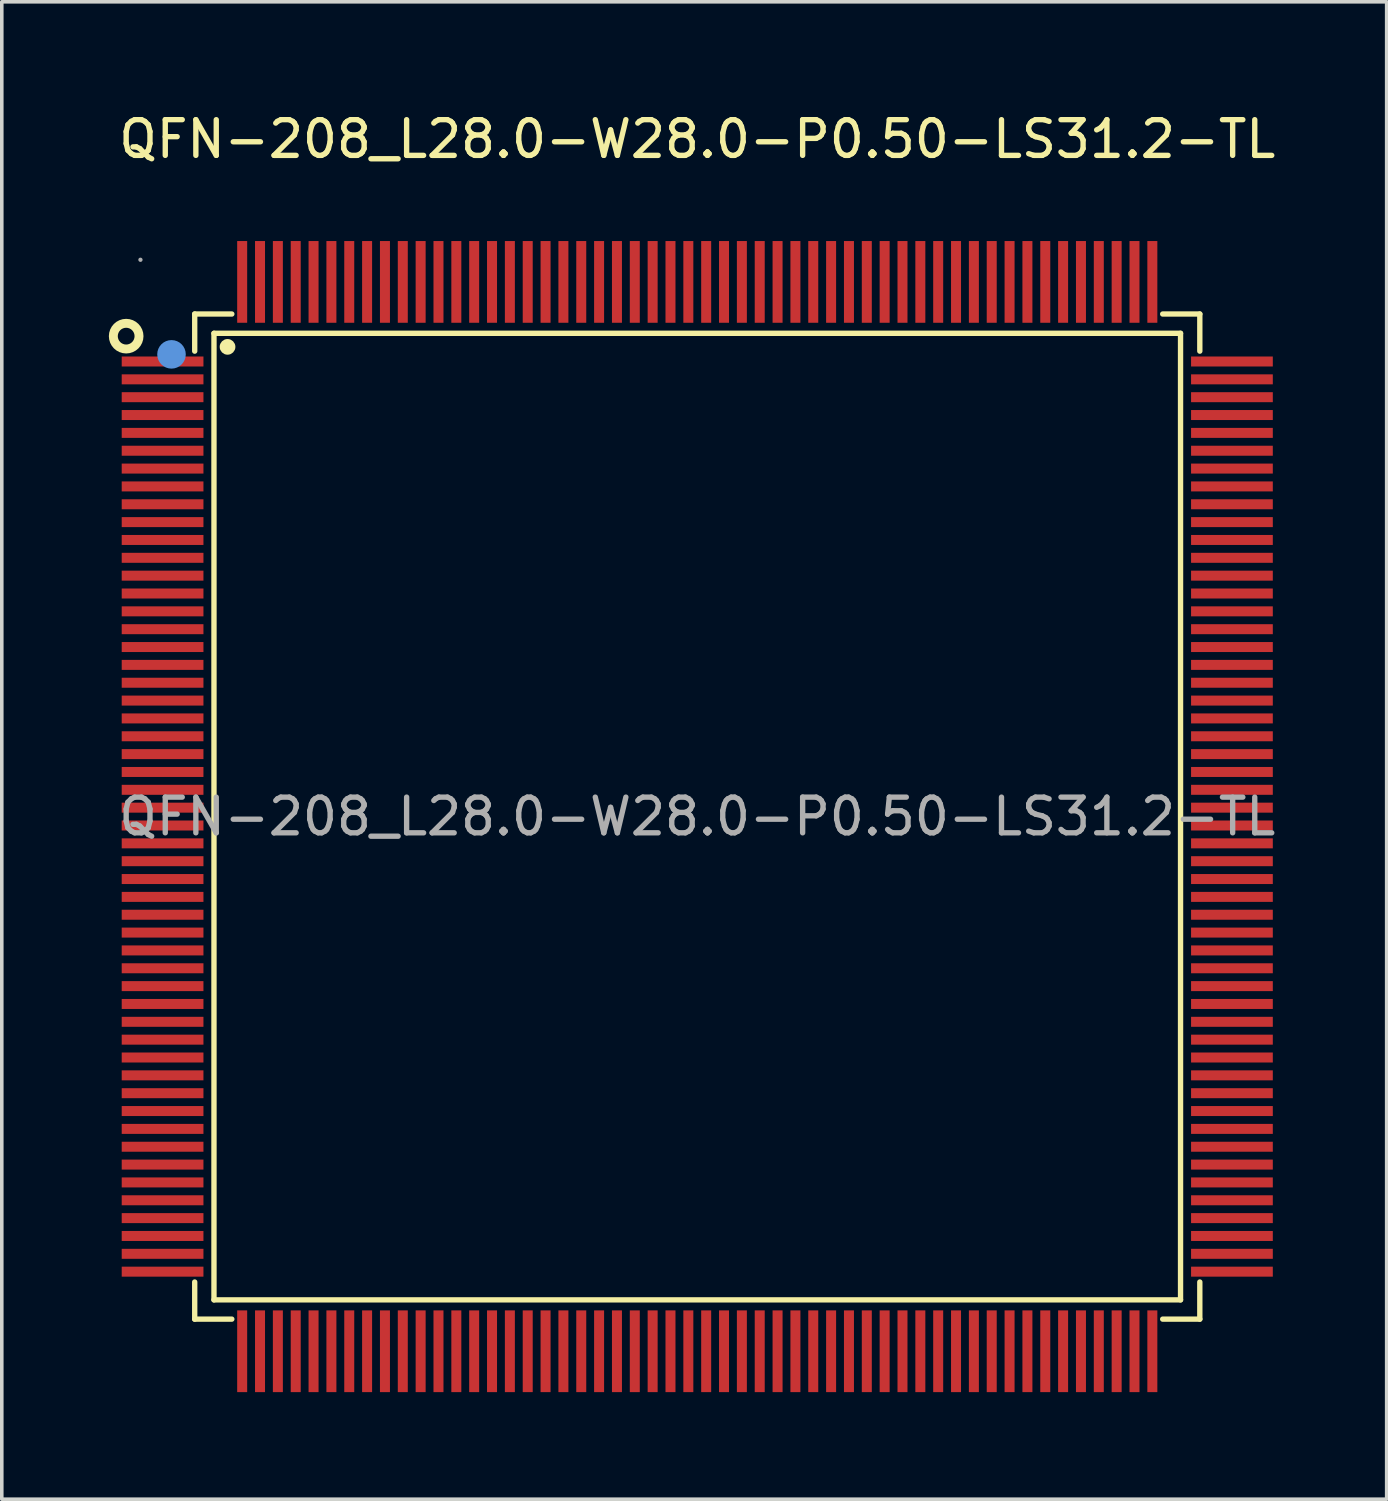
<source format=kicad_pcb>
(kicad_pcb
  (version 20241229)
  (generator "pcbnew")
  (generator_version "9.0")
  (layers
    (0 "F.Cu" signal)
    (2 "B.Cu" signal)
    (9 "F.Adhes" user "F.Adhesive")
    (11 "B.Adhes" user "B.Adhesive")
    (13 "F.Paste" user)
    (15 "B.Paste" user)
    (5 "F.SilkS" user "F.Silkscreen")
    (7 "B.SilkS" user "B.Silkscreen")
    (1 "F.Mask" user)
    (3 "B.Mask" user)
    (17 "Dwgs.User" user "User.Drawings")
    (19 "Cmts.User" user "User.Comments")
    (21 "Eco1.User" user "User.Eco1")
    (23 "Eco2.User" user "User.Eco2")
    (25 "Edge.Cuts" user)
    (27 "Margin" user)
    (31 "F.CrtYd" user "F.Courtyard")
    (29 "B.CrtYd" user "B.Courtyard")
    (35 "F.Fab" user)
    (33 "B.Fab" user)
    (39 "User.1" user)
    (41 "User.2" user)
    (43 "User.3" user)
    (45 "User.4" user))
  (footprint "QFN-208_L28.0-W28.0-P0.50-LS31.2-TL"
    (layer "F.Cu")
    (at 16.485 19.828)
    (property "Reference" "QFN-208_L28.0-W28.0-P0.50-LS31.2-TL" (at 0 -18.98 0) (layer "F.SilkS") (effects (font (size 1 1) (thickness 0.15))))
    (attr through_hole)
    (fp_line (start -14.08 -14.08) (end -13.04 -14.08) (stroke (width 0.15) (type solid)) (layer "F.SilkS"))
    (fp_line (start -14.08 -13.04) (end -14.08 -14.08) (stroke (width 0.15) (type solid)) (layer "F.SilkS"))
    (fp_line (start -14.08 13.04) (end -14.08 14.08) (stroke (width 0.15) (type solid)) (layer "F.SilkS"))
    (fp_line (start -14.08 14.08) (end -13.04 14.08) (stroke (width 0.15) (type solid)) (layer "F.SilkS"))
    (fp_line (start -13.54 -13.54) (end 13.54 -13.54) (stroke (width 0.15) (type solid)) (layer "F.SilkS"))
    (fp_line (start -13.54 13.54) (end -13.54 -13.54) (stroke (width 0.15) (type solid)) (layer "F.SilkS"))
    (fp_line (start 13.54 -13.54) (end 13.54 13.54) (stroke (width 0.15) (type solid)) (layer "F.SilkS"))
    (fp_line (start 13.54 13.54) (end -13.54 13.54) (stroke (width 0.15) (type solid)) (layer "F.SilkS"))
    (fp_line (start 14.08 -14.08) (end 13.04 -14.08) (stroke (width 0.15) (type solid)) (layer "F.SilkS"))
    (fp_line (start 14.08 -13.04) (end 14.08 -14.08) (stroke (width 0.15) (type solid)) (layer "F.SilkS"))
    (fp_line (start 14.08 13.04) (end 14.08 14.08) (stroke (width 0.15) (type solid)) (layer "F.SilkS"))
    (fp_line (start 14.08 14.08) (end 13.04 14.08) (stroke (width 0.15) (type solid)) (layer "F.SilkS"))
    (fp_circle (center -16 -13.46) (end -15.64 -13.46) (stroke (width 0.25) (type solid)) (fill no) (layer "F.SilkS"))
    (fp_circle (center -13.16 -13.16) (end -13.05 -13.16) (stroke (width 0.22) (type solid)) (fill no) (layer "F.SilkS"))
    (fp_circle (center -14.73 -12.95) (end -14.53 -12.95) (stroke (width 0.4) (type solid)) (fill no) (layer "Cmts.User"))
    (fp_circle (center -15.6 -15.6) (end -15.57 -15.6) (stroke (width 0.06) (type solid)) (fill no) (layer "F.Fab"))
    (fp_text user "${REFERENCE}" (at 0 0 0) (layer "F.Fab") (effects (font (size 1 1) (thickness 0.15))))
    (pad "1" smd rect (at -14.98 -12.75) (size 2.29 0.28) (layers "F.Cu" "F.Mask" "F.Paste"))
    (pad "2" smd rect (at -14.98 -12.25) (size 2.29 0.28) (layers "F.Cu" "F.Mask" "F.Paste"))
    (pad "3" smd rect (at -14.98 -11.75) (size 2.29 0.28) (layers "F.Cu" "F.Mask" "F.Paste"))
    (pad "4" smd rect (at -14.98 -11.25) (size 2.29 0.28) (layers "F.Cu" "F.Mask" "F.Paste"))
    (pad "5" smd rect (at -14.98 -10.75) (size 2.29 0.28) (layers "F.Cu" "F.Mask" "F.Paste"))
    (pad "6" smd rect (at -14.98 -10.25) (size 2.29 0.28) (layers "F.Cu" "F.Mask" "F.Paste"))
    (pad "7" smd rect (at -14.98 -9.75) (size 2.29 0.28) (layers "F.Cu" "F.Mask" "F.Paste"))
    (pad "8" smd rect (at -14.98 -9.25) (size 2.29 0.28) (layers "F.Cu" "F.Mask" "F.Paste"))
    (pad "9" smd rect (at -14.98 -8.75) (size 2.29 0.28) (layers "F.Cu" "F.Mask" "F.Paste"))
    (pad "10" smd rect (at -14.98 -8.25) (size 2.29 0.28) (layers "F.Cu" "F.Mask" "F.Paste"))
    (pad "11" smd rect (at -14.98 -7.75) (size 2.29 0.28) (layers "F.Cu" "F.Mask" "F.Paste"))
    (pad "12" smd rect (at -14.98 -7.25) (size 2.29 0.28) (layers "F.Cu" "F.Mask" "F.Paste"))
    (pad "13" smd rect (at -14.98 -6.75) (size 2.29 0.28) (layers "F.Cu" "F.Mask" "F.Paste"))
    (pad "14" smd rect (at -14.98 -6.25) (size 2.29 0.28) (layers "F.Cu" "F.Mask" "F.Paste"))
    (pad "15" smd rect (at -14.98 -5.75) (size 2.29 0.28) (layers "F.Cu" "F.Mask" "F.Paste"))
    (pad "16" smd rect (at -14.98 -5.25) (size 2.29 0.28) (layers "F.Cu" "F.Mask" "F.Paste"))
    (pad "17" smd rect (at -14.98 -4.75) (size 2.29 0.28) (layers "F.Cu" "F.Mask" "F.Paste"))
    (pad "18" smd rect (at -14.98 -4.25) (size 2.29 0.28) (layers "F.Cu" "F.Mask" "F.Paste"))
    (pad "19" smd rect (at -14.98 -3.75) (size 2.29 0.28) (layers "F.Cu" "F.Mask" "F.Paste"))
    (pad "20" smd rect (at -14.98 -3.25) (size 2.29 0.28) (layers "F.Cu" "F.Mask" "F.Paste"))
    (pad "21" smd rect (at -14.98 -2.75) (size 2.29 0.28) (layers "F.Cu" "F.Mask" "F.Paste"))
    (pad "22" smd rect (at -14.98 -2.25) (size 2.29 0.28) (layers "F.Cu" "F.Mask" "F.Paste"))
    (pad "23" smd rect (at -14.98 -1.75) (size 2.29 0.28) (layers "F.Cu" "F.Mask" "F.Paste"))
    (pad "24" smd rect (at -14.98 -1.25) (size 2.29 0.28) (layers "F.Cu" "F.Mask" "F.Paste"))
    (pad "25" smd rect (at -14.98 -0.75) (size 2.29 0.28) (layers "F.Cu" "F.Mask" "F.Paste"))
    (pad "26" smd rect (at -14.98 -0.25) (size 2.29 0.28) (layers "F.Cu" "F.Mask" "F.Paste"))
    (pad "27" smd rect (at -14.98 0.25) (size 2.29 0.28) (layers "F.Cu" "F.Mask" "F.Paste"))
    (pad "28" smd rect (at -14.98 0.75) (size 2.29 0.28) (layers "F.Cu" "F.Mask" "F.Paste"))
    (pad "29" smd rect (at -14.98 1.25) (size 2.29 0.28) (layers "F.Cu" "F.Mask" "F.Paste"))
    (pad "30" smd rect (at -14.98 1.75) (size 2.29 0.28) (layers "F.Cu" "F.Mask" "F.Paste"))
    (pad "31" smd rect (at -14.98 2.25) (size 2.29 0.28) (layers "F.Cu" "F.Mask" "F.Paste"))
    (pad "32" smd rect (at -14.98 2.75) (size 2.29 0.28) (layers "F.Cu" "F.Mask" "F.Paste"))
    (pad "33" smd rect (at -14.98 3.25) (size 2.29 0.28) (layers "F.Cu" "F.Mask" "F.Paste"))
    (pad "34" smd rect (at -14.98 3.75) (size 2.29 0.28) (layers "F.Cu" "F.Mask" "F.Paste"))
    (pad "35" smd rect (at -14.98 4.25) (size 2.29 0.28) (layers "F.Cu" "F.Mask" "F.Paste"))
    (pad "36" smd rect (at -14.98 4.75) (size 2.29 0.28) (layers "F.Cu" "F.Mask" "F.Paste"))
    (pad "37" smd rect (at -14.98 5.25) (size 2.29 0.28) (layers "F.Cu" "F.Mask" "F.Paste"))
    (pad "38" smd rect (at -14.98 5.75) (size 2.29 0.28) (layers "F.Cu" "F.Mask" "F.Paste"))
    (pad "39" smd rect (at -14.98 6.25) (size 2.29 0.28) (layers "F.Cu" "F.Mask" "F.Paste"))
    (pad "40" smd rect (at -14.98 6.75) (size 2.29 0.28) (layers "F.Cu" "F.Mask" "F.Paste"))
    (pad "41" smd rect (at -14.98 7.25) (size 2.29 0.28) (layers "F.Cu" "F.Mask" "F.Paste"))
    (pad "42" smd rect (at -14.98 7.75) (size 2.29 0.28) (layers "F.Cu" "F.Mask" "F.Paste"))
    (pad "43" smd rect (at -14.98 8.25) (size 2.29 0.28) (layers "F.Cu" "F.Mask" "F.Paste"))
    (pad "44" smd rect (at -14.98 8.75) (size 2.29 0.28) (layers "F.Cu" "F.Mask" "F.Paste"))
    (pad "45" smd rect (at -14.98 9.25) (size 2.29 0.28) (layers "F.Cu" "F.Mask" "F.Paste"))
    (pad "46" smd rect (at -14.98 9.75) (size 2.29 0.28) (layers "F.Cu" "F.Mask" "F.Paste"))
    (pad "47" smd rect (at -14.98 10.25) (size 2.29 0.28) (layers "F.Cu" "F.Mask" "F.Paste"))
    (pad "48" smd rect (at -14.98 10.75) (size 2.29 0.28) (layers "F.Cu" "F.Mask" "F.Paste"))
    (pad "49" smd rect (at -14.98 11.25) (size 2.29 0.28) (layers "F.Cu" "F.Mask" "F.Paste"))
    (pad "50" smd rect (at -14.98 11.75) (size 2.29 0.28) (layers "F.Cu" "F.Mask" "F.Paste"))
    (pad "51" smd rect (at -14.98 12.25) (size 2.29 0.28) (layers "F.Cu" "F.Mask" "F.Paste"))
    (pad "52" smd rect (at -14.98 12.75) (size 2.29 0.28) (layers "F.Cu" "F.Mask" "F.Paste"))
    (pad "53" smd rect (at -12.75 14.98) (size 0.28 2.29) (layers "F.Cu" "F.Mask" "F.Paste"))
    (pad "54" smd rect (at -12.25 14.98) (size 0.28 2.29) (layers "F.Cu" "F.Mask" "F.Paste"))
    (pad "55" smd rect (at -11.75 14.98) (size 0.28 2.29) (layers "F.Cu" "F.Mask" "F.Paste"))
    (pad "56" smd rect (at -11.25 14.98) (size 0.28 2.29) (layers "F.Cu" "F.Mask" "F.Paste"))
    (pad "57" smd rect (at -10.75 14.98) (size 0.28 2.29) (layers "F.Cu" "F.Mask" "F.Paste"))
    (pad "58" smd rect (at -10.25 14.98) (size 0.28 2.29) (layers "F.Cu" "F.Mask" "F.Paste"))
    (pad "59" smd rect (at -9.75 14.98) (size 0.28 2.29) (layers "F.Cu" "F.Mask" "F.Paste"))
    (pad "60" smd rect (at -9.25 14.98) (size 0.28 2.29) (layers "F.Cu" "F.Mask" "F.Paste"))
    (pad "61" smd rect (at -8.75 14.98) (size 0.28 2.29) (layers "F.Cu" "F.Mask" "F.Paste"))
    (pad "62" smd rect (at -8.25 14.98) (size 0.28 2.29) (layers "F.Cu" "F.Mask" "F.Paste"))
    (pad "63" smd rect (at -7.75 14.98) (size 0.28 2.29) (layers "F.Cu" "F.Mask" "F.Paste"))
    (pad "64" smd rect (at -7.25 14.98) (size 0.28 2.29) (layers "F.Cu" "F.Mask" "F.Paste"))
    (pad "65" smd rect (at -6.75 14.98) (size 0.28 2.29) (layers "F.Cu" "F.Mask" "F.Paste"))
    (pad "66" smd rect (at -6.25 14.98) (size 0.28 2.29) (layers "F.Cu" "F.Mask" "F.Paste"))
    (pad "67" smd rect (at -5.75 14.98) (size 0.28 2.29) (layers "F.Cu" "F.Mask" "F.Paste"))
    (pad "68" smd rect (at -5.25 14.98) (size 0.28 2.29) (layers "F.Cu" "F.Mask" "F.Paste"))
    (pad "69" smd rect (at -4.75 14.98) (size 0.28 2.29) (layers "F.Cu" "F.Mask" "F.Paste"))
    (pad "70" smd rect (at -4.25 14.98) (size 0.28 2.29) (layers "F.Cu" "F.Mask" "F.Paste"))
    (pad "71" smd rect (at -3.75 14.98) (size 0.28 2.29) (layers "F.Cu" "F.Mask" "F.Paste"))
    (pad "72" smd rect (at -3.25 14.98) (size 0.28 2.29) (layers "F.Cu" "F.Mask" "F.Paste"))
    (pad "73" smd rect (at -2.75 14.98) (size 0.28 2.29) (layers "F.Cu" "F.Mask" "F.Paste"))
    (pad "74" smd rect (at -2.25 14.98) (size 0.28 2.29) (layers "F.Cu" "F.Mask" "F.Paste"))
    (pad "75" smd rect (at -1.75 14.98) (size 0.28 2.29) (layers "F.Cu" "F.Mask" "F.Paste"))
    (pad "76" smd rect (at -1.25 14.98) (size 0.28 2.29) (layers "F.Cu" "F.Mask" "F.Paste"))
    (pad "77" smd rect (at -0.75 14.98) (size 0.28 2.29) (layers "F.Cu" "F.Mask" "F.Paste"))
    (pad "78" smd rect (at -0.25 14.98) (size 0.28 2.29) (layers "F.Cu" "F.Mask" "F.Paste"))
    (pad "79" smd rect (at 0.25 14.98) (size 0.28 2.29) (layers "F.Cu" "F.Mask" "F.Paste"))
    (pad "80" smd rect (at 0.75 14.98) (size 0.28 2.29) (layers "F.Cu" "F.Mask" "F.Paste"))
    (pad "81" smd rect (at 1.25 14.98) (size 0.28 2.29) (layers "F.Cu" "F.Mask" "F.Paste"))
    (pad "82" smd rect (at 1.75 14.98) (size 0.28 2.29) (layers "F.Cu" "F.Mask" "F.Paste"))
    (pad "83" smd rect (at 2.25 14.98) (size 0.28 2.29) (layers "F.Cu" "F.Mask" "F.Paste"))
    (pad "84" smd rect (at 2.75 14.98) (size 0.28 2.29) (layers "F.Cu" "F.Mask" "F.Paste"))
    (pad "85" smd rect (at 3.25 14.98) (size 0.28 2.29) (layers "F.Cu" "F.Mask" "F.Paste"))
    (pad "86" smd rect (at 3.75 14.98) (size 0.28 2.29) (layers "F.Cu" "F.Mask" "F.Paste"))
    (pad "87" smd rect (at 4.25 14.98) (size 0.28 2.29) (layers "F.Cu" "F.Mask" "F.Paste"))
    (pad "88" smd rect (at 4.75 14.98) (size 0.28 2.29) (layers "F.Cu" "F.Mask" "F.Paste"))
    (pad "89" smd rect (at 5.25 14.98) (size 0.28 2.29) (layers "F.Cu" "F.Mask" "F.Paste"))
    (pad "90" smd rect (at 5.75 14.98) (size 0.28 2.29) (layers "F.Cu" "F.Mask" "F.Paste"))
    (pad "91" smd rect (at 6.25 14.98) (size 0.28 2.29) (layers "F.Cu" "F.Mask" "F.Paste"))
    (pad "92" smd rect (at 6.75 14.98) (size 0.28 2.29) (layers "F.Cu" "F.Mask" "F.Paste"))
    (pad "93" smd rect (at 7.25 14.98) (size 0.28 2.29) (layers "F.Cu" "F.Mask" "F.Paste"))
    (pad "94" smd rect (at 7.75 14.98) (size 0.28 2.29) (layers "F.Cu" "F.Mask" "F.Paste"))
    (pad "95" smd rect (at 8.25 14.98) (size 0.28 2.29) (layers "F.Cu" "F.Mask" "F.Paste"))
    (pad "96" smd rect (at 8.75 14.98) (size 0.28 2.29) (layers "F.Cu" "F.Mask" "F.Paste"))
    (pad "97" smd rect (at 9.25 14.98) (size 0.28 2.29) (layers "F.Cu" "F.Mask" "F.Paste"))
    (pad "98" smd rect (at 9.75 14.98) (size 0.28 2.29) (layers "F.Cu" "F.Mask" "F.Paste"))
    (pad "99" smd rect (at 10.25 14.98) (size 0.28 2.29) (layers "F.Cu" "F.Mask" "F.Paste"))
    (pad "100" smd rect (at 10.75 14.98) (size 0.28 2.29) (layers "F.Cu" "F.Mask" "F.Paste"))
    (pad "101" smd rect (at 11.25 14.98) (size 0.28 2.29) (layers "F.Cu" "F.Mask" "F.Paste"))
    (pad "102" smd rect (at 11.75 14.98) (size 0.28 2.29) (layers "F.Cu" "F.Mask" "F.Paste"))
    (pad "103" smd rect (at 12.25 14.98) (size 0.28 2.29) (layers "F.Cu" "F.Mask" "F.Paste"))
    (pad "104" smd rect (at 12.75 14.98) (size 0.28 2.29) (layers "F.Cu" "F.Mask" "F.Paste"))
    (pad "105" smd rect (at 14.98 12.75) (size 2.29 0.28) (layers "F.Cu" "F.Mask" "F.Paste"))
    (pad "106" smd rect (at 14.98 12.25) (size 2.29 0.28) (layers "F.Cu" "F.Mask" "F.Paste"))
    (pad "107" smd rect (at 14.98 11.75) (size 2.29 0.28) (layers "F.Cu" "F.Mask" "F.Paste"))
    (pad "108" smd rect (at 14.98 11.25) (size 2.29 0.28) (layers "F.Cu" "F.Mask" "F.Paste"))
    (pad "109" smd rect (at 14.98 10.75) (size 2.29 0.28) (layers "F.Cu" "F.Mask" "F.Paste"))
    (pad "110" smd rect (at 14.98 10.25) (size 2.29 0.28) (layers "F.Cu" "F.Mask" "F.Paste"))
    (pad "111" smd rect (at 14.98 9.75) (size 2.29 0.28) (layers "F.Cu" "F.Mask" "F.Paste"))
    (pad "112" smd rect (at 14.98 9.25) (size 2.29 0.28) (layers "F.Cu" "F.Mask" "F.Paste"))
    (pad "113" smd rect (at 14.98 8.75) (size 2.29 0.28) (layers "F.Cu" "F.Mask" "F.Paste"))
    (pad "114" smd rect (at 14.98 8.25) (size 2.29 0.28) (layers "F.Cu" "F.Mask" "F.Paste"))
    (pad "115" smd rect (at 14.98 7.75) (size 2.29 0.28) (layers "F.Cu" "F.Mask" "F.Paste"))
    (pad "116" smd rect (at 14.98 7.25) (size 2.29 0.28) (layers "F.Cu" "F.Mask" "F.Paste"))
    (pad "117" smd rect (at 14.98 6.75) (size 2.29 0.28) (layers "F.Cu" "F.Mask" "F.Paste"))
    (pad "118" smd rect (at 14.98 6.25) (size 2.29 0.28) (layers "F.Cu" "F.Mask" "F.Paste"))
    (pad "119" smd rect (at 14.98 5.75) (size 2.29 0.28) (layers "F.Cu" "F.Mask" "F.Paste"))
    (pad "120" smd rect (at 14.98 5.25) (size 2.29 0.28) (layers "F.Cu" "F.Mask" "F.Paste"))
    (pad "121" smd rect (at 14.98 4.75) (size 2.29 0.28) (layers "F.Cu" "F.Mask" "F.Paste"))
    (pad "122" smd rect (at 14.98 4.25) (size 2.29 0.28) (layers "F.Cu" "F.Mask" "F.Paste"))
    (pad "123" smd rect (at 14.98 3.75) (size 2.29 0.28) (layers "F.Cu" "F.Mask" "F.Paste"))
    (pad "124" smd rect (at 14.98 3.25) (size 2.29 0.28) (layers "F.Cu" "F.Mask" "F.Paste"))
    (pad "125" smd rect (at 14.98 2.75) (size 2.29 0.28) (layers "F.Cu" "F.Mask" "F.Paste"))
    (pad "126" smd rect (at 14.98 2.25) (size 2.29 0.28) (layers "F.Cu" "F.Mask" "F.Paste"))
    (pad "127" smd rect (at 14.98 1.75) (size 2.29 0.28) (layers "F.Cu" "F.Mask" "F.Paste"))
    (pad "128" smd rect (at 14.98 1.25) (size 2.29 0.28) (layers "F.Cu" "F.Mask" "F.Paste"))
    (pad "129" smd rect (at 14.98 0.75) (size 2.29 0.28) (layers "F.Cu" "F.Mask" "F.Paste"))
    (pad "130" smd rect (at 14.98 0.25) (size 2.29 0.28) (layers "F.Cu" "F.Mask" "F.Paste"))
    (pad "131" smd rect (at 14.98 -0.25) (size 2.29 0.28) (layers "F.Cu" "F.Mask" "F.Paste"))
    (pad "132" smd rect (at 14.98 -0.75) (size 2.29 0.28) (layers "F.Cu" "F.Mask" "F.Paste"))
    (pad "133" smd rect (at 14.98 -1.25) (size 2.29 0.28) (layers "F.Cu" "F.Mask" "F.Paste"))
    (pad "134" smd rect (at 14.98 -1.75) (size 2.29 0.28) (layers "F.Cu" "F.Mask" "F.Paste"))
    (pad "135" smd rect (at 14.98 -2.25) (size 2.29 0.28) (layers "F.Cu" "F.Mask" "F.Paste"))
    (pad "136" smd rect (at 14.98 -2.75) (size 2.29 0.28) (layers "F.Cu" "F.Mask" "F.Paste"))
    (pad "137" smd rect (at 14.98 -3.25) (size 2.29 0.28) (layers "F.Cu" "F.Mask" "F.Paste"))
    (pad "138" smd rect (at 14.98 -3.75) (size 2.29 0.28) (layers "F.Cu" "F.Mask" "F.Paste"))
    (pad "139" smd rect (at 14.98 -4.25) (size 2.29 0.28) (layers "F.Cu" "F.Mask" "F.Paste"))
    (pad "140" smd rect (at 14.98 -4.75) (size 2.29 0.28) (layers "F.Cu" "F.Mask" "F.Paste"))
    (pad "141" smd rect (at 14.98 -5.25) (size 2.29 0.28) (layers "F.Cu" "F.Mask" "F.Paste"))
    (pad "142" smd rect (at 14.98 -5.75) (size 2.29 0.28) (layers "F.Cu" "F.Mask" "F.Paste"))
    (pad "143" smd rect (at 14.98 -6.25) (size 2.29 0.28) (layers "F.Cu" "F.Mask" "F.Paste"))
    (pad "144" smd rect (at 14.98 -6.75) (size 2.29 0.28) (layers "F.Cu" "F.Mask" "F.Paste"))
    (pad "145" smd rect (at 14.98 -7.25) (size 2.29 0.28) (layers "F.Cu" "F.Mask" "F.Paste"))
    (pad "146" smd rect (at 14.98 -7.75) (size 2.29 0.28) (layers "F.Cu" "F.Mask" "F.Paste"))
    (pad "147" smd rect (at 14.98 -8.25) (size 2.29 0.28) (layers "F.Cu" "F.Mask" "F.Paste"))
    (pad "148" smd rect (at 14.98 -8.75) (size 2.29 0.28) (layers "F.Cu" "F.Mask" "F.Paste"))
    (pad "149" smd rect (at 14.98 -9.25) (size 2.29 0.28) (layers "F.Cu" "F.Mask" "F.Paste"))
    (pad "150" smd rect (at 14.98 -9.75) (size 2.29 0.28) (layers "F.Cu" "F.Mask" "F.Paste"))
    (pad "151" smd rect (at 14.98 -10.25) (size 2.29 0.28) (layers "F.Cu" "F.Mask" "F.Paste"))
    (pad "152" smd rect (at 14.98 -10.75) (size 2.29 0.28) (layers "F.Cu" "F.Mask" "F.Paste"))
    (pad "153" smd rect (at 14.98 -11.25) (size 2.29 0.28) (layers "F.Cu" "F.Mask" "F.Paste"))
    (pad "154" smd rect (at 14.98 -11.75) (size 2.29 0.28) (layers "F.Cu" "F.Mask" "F.Paste"))
    (pad "155" smd rect (at 14.98 -12.25) (size 2.29 0.28) (layers "F.Cu" "F.Mask" "F.Paste"))
    (pad "156" smd rect (at 14.98 -12.75) (size 2.29 0.28) (layers "F.Cu" "F.Mask" "F.Paste"))
    (pad "157" smd rect (at 12.75 -14.98) (size 0.28 2.29) (layers "F.Cu" "F.Mask" "F.Paste"))
    (pad "158" smd rect (at 12.25 -14.98) (size 0.28 2.29) (layers "F.Cu" "F.Mask" "F.Paste"))
    (pad "159" smd rect (at 11.75 -14.98) (size 0.28 2.29) (layers "F.Cu" "F.Mask" "F.Paste"))
    (pad "160" smd rect (at 11.25 -14.98) (size 0.28 2.29) (layers "F.Cu" "F.Mask" "F.Paste"))
    (pad "161" smd rect (at 10.75 -14.98) (size 0.28 2.29) (layers "F.Cu" "F.Mask" "F.Paste"))
    (pad "162" smd rect (at 10.25 -14.98) (size 0.28 2.29) (layers "F.Cu" "F.Mask" "F.Paste"))
    (pad "163" smd rect (at 9.75 -14.98) (size 0.28 2.29) (layers "F.Cu" "F.Mask" "F.Paste"))
    (pad "164" smd rect (at 9.25 -14.98) (size 0.28 2.29) (layers "F.Cu" "F.Mask" "F.Paste"))
    (pad "165" smd rect (at 8.75 -14.98) (size 0.28 2.29) (layers "F.Cu" "F.Mask" "F.Paste"))
    (pad "166" smd rect (at 8.25 -14.98) (size 0.28 2.29) (layers "F.Cu" "F.Mask" "F.Paste"))
    (pad "167" smd rect (at 7.75 -14.98) (size 0.28 2.29) (layers "F.Cu" "F.Mask" "F.Paste"))
    (pad "168" smd rect (at 7.25 -14.98) (size 0.28 2.29) (layers "F.Cu" "F.Mask" "F.Paste"))
    (pad "169" smd rect (at 6.75 -14.98) (size 0.28 2.29) (layers "F.Cu" "F.Mask" "F.Paste"))
    (pad "170" smd rect (at 6.25 -14.98) (size 0.28 2.29) (layers "F.Cu" "F.Mask" "F.Paste"))
    (pad "171" smd rect (at 5.75 -14.98) (size 0.28 2.29) (layers "F.Cu" "F.Mask" "F.Paste"))
    (pad "172" smd rect (at 5.25 -14.98) (size 0.28 2.29) (layers "F.Cu" "F.Mask" "F.Paste"))
    (pad "173" smd rect (at 4.75 -14.98) (size 0.28 2.29) (layers "F.Cu" "F.Mask" "F.Paste"))
    (pad "174" smd rect (at 4.25 -14.98) (size 0.28 2.29) (layers "F.Cu" "F.Mask" "F.Paste"))
    (pad "175" smd rect (at 3.75 -14.98) (size 0.28 2.29) (layers "F.Cu" "F.Mask" "F.Paste"))
    (pad "176" smd rect (at 3.25 -14.98) (size 0.28 2.29) (layers "F.Cu" "F.Mask" "F.Paste"))
    (pad "177" smd rect (at 2.75 -14.98) (size 0.28 2.29) (layers "F.Cu" "F.Mask" "F.Paste"))
    (pad "178" smd rect (at 2.25 -14.98) (size 0.28 2.29) (layers "F.Cu" "F.Mask" "F.Paste"))
    (pad "179" smd rect (at 1.75 -14.98) (size 0.28 2.29) (layers "F.Cu" "F.Mask" "F.Paste"))
    (pad "180" smd rect (at 1.25 -14.98) (size 0.28 2.29) (layers "F.Cu" "F.Mask" "F.Paste"))
    (pad "181" smd rect (at 0.75 -14.98) (size 0.28 2.29) (layers "F.Cu" "F.Mask" "F.Paste"))
    (pad "182" smd rect (at 0.25 -14.98) (size 0.28 2.29) (layers "F.Cu" "F.Mask" "F.Paste"))
    (pad "183" smd rect (at -0.25 -14.98) (size 0.28 2.29) (layers "F.Cu" "F.Mask" "F.Paste"))
    (pad "184" smd rect (at -0.75 -14.98) (size 0.28 2.29) (layers "F.Cu" "F.Mask" "F.Paste"))
    (pad "185" smd rect (at -1.25 -14.98) (size 0.28 2.29) (layers "F.Cu" "F.Mask" "F.Paste"))
    (pad "186" smd rect (at -1.75 -14.98) (size 0.28 2.29) (layers "F.Cu" "F.Mask" "F.Paste"))
    (pad "187" smd rect (at -2.25 -14.98) (size 0.28 2.29) (layers "F.Cu" "F.Mask" "F.Paste"))
    (pad "188" smd rect (at -2.75 -14.98) (size 0.28 2.29) (layers "F.Cu" "F.Mask" "F.Paste"))
    (pad "189" smd rect (at -3.25 -14.98) (size 0.28 2.29) (layers "F.Cu" "F.Mask" "F.Paste"))
    (pad "190" smd rect (at -3.75 -14.98) (size 0.28 2.29) (layers "F.Cu" "F.Mask" "F.Paste"))
    (pad "191" smd rect (at -4.25 -14.98) (size 0.28 2.29) (layers "F.Cu" "F.Mask" "F.Paste"))
    (pad "192" smd rect (at -4.75 -14.98) (size 0.28 2.29) (layers "F.Cu" "F.Mask" "F.Paste"))
    (pad "193" smd rect (at -5.25 -14.98) (size 0.28 2.29) (layers "F.Cu" "F.Mask" "F.Paste"))
    (pad "194" smd rect (at -5.75 -14.98) (size 0.28 2.29) (layers "F.Cu" "F.Mask" "F.Paste"))
    (pad "195" smd rect (at -6.25 -14.98) (size 0.28 2.29) (layers "F.Cu" "F.Mask" "F.Paste"))
    (pad "196" smd rect (at -6.75 -14.98) (size 0.28 2.29) (layers "F.Cu" "F.Mask" "F.Paste"))
    (pad "197" smd rect (at -7.25 -14.98) (size 0.28 2.29) (layers "F.Cu" "F.Mask" "F.Paste"))
    (pad "198" smd rect (at -7.75 -14.98) (size 0.28 2.29) (layers "F.Cu" "F.Mask" "F.Paste"))
    (pad "199" smd rect (at -8.25 -14.98) (size 0.28 2.29) (layers "F.Cu" "F.Mask" "F.Paste"))
    (pad "200" smd rect (at -8.75 -14.98) (size 0.28 2.29) (layers "F.Cu" "F.Mask" "F.Paste"))
    (pad "201" smd rect (at -9.25 -14.98) (size 0.28 2.29) (layers "F.Cu" "F.Mask" "F.Paste"))
    (pad "202" smd rect (at -9.75 -14.98) (size 0.28 2.29) (layers "F.Cu" "F.Mask" "F.Paste"))
    (pad "203" smd rect (at -10.25 -14.98) (size 0.28 2.29) (layers "F.Cu" "F.Mask" "F.Paste"))
    (pad "204" smd rect (at -10.75 -14.98) (size 0.28 2.29) (layers "F.Cu" "F.Mask" "F.Paste"))
    (pad "205" smd rect (at -11.25 -14.98) (size 0.28 2.29) (layers "F.Cu" "F.Mask" "F.Paste"))
    (pad "206" smd rect (at -11.75 -14.98) (size 0.28 2.29) (layers "F.Cu" "F.Mask" "F.Paste"))
    (pad "207" smd rect (at -12.25 -14.98) (size 0.28 2.29) (layers "F.Cu" "F.Mask" "F.Paste"))
    (pad "208" smd rect (at -12.75 -14.98) (size 0.28 2.29) (layers "F.Cu" "F.Mask" "F.Paste")))
  (gr_rect
    (start -3 -3)
    (end 35.8 38.953)
    (stroke (width 0.1) (type default))
    (fill no)
    (layer "Edge.Cuts")))
</source>
